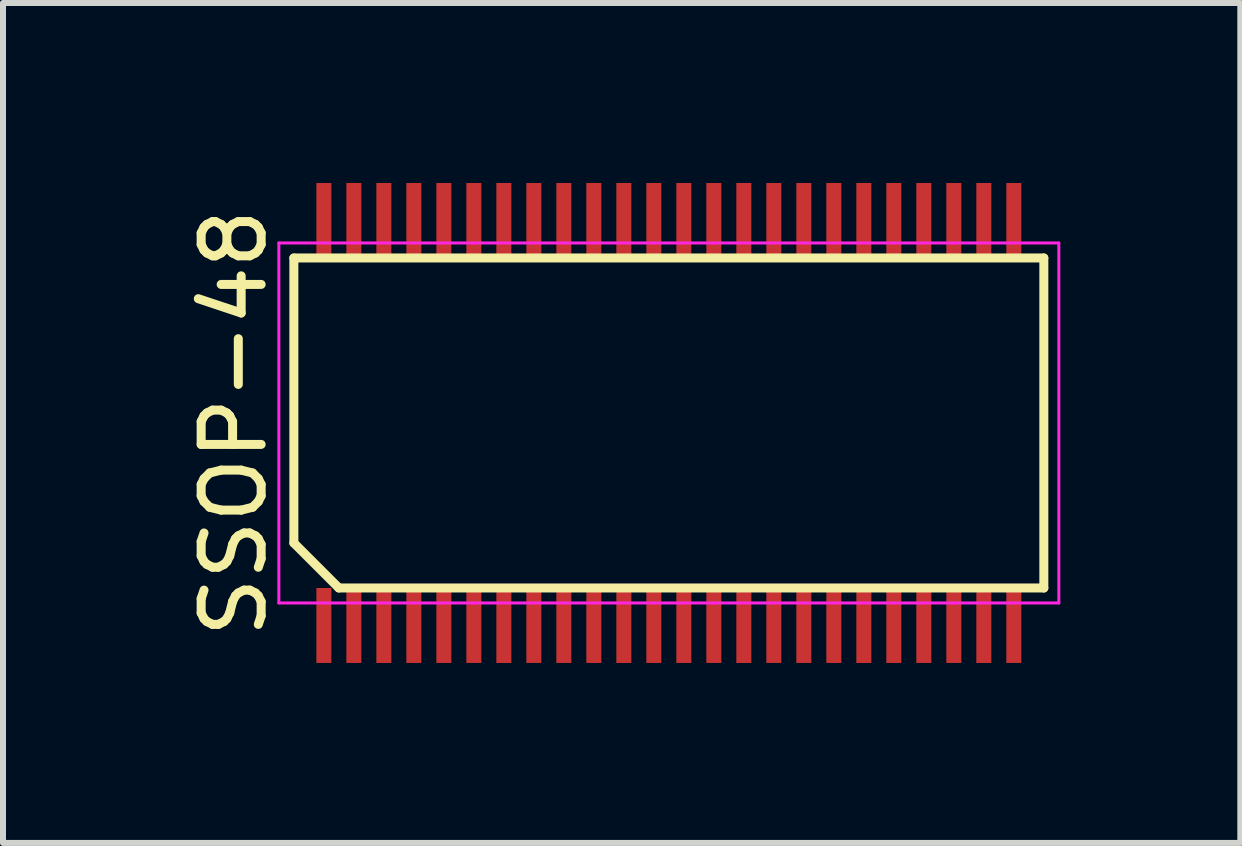
<source format=kicad_pcb>
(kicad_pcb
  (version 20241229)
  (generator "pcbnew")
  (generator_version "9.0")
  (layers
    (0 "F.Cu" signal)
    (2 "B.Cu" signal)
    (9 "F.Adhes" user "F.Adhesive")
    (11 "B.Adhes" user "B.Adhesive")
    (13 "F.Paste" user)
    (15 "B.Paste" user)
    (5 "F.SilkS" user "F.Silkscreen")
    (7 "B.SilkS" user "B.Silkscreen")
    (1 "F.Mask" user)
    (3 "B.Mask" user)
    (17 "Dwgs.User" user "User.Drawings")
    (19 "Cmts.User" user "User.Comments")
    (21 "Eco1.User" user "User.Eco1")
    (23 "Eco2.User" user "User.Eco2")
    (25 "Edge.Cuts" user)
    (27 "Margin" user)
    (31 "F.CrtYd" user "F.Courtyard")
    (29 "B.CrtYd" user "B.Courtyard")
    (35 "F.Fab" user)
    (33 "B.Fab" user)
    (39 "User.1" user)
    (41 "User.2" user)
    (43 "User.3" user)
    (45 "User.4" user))
  (footprint "SSOP-48"
    (layer "F.Cu")
    (at 8.098 4)
    (property "Reference" "SSOP-48" (at -7.25 0 90) (layer "F.SilkS") (effects (font (size 1 1) (thickness 0.15))))
    (attr smd)
    (fp_line (start -6.25 -2.75) (end 6.25 -2.75) (stroke (width 0.15) (type solid)) (layer "F.SilkS"))
    (fp_line (start -6.25 2) (end -6.25 -2.75) (stroke (width 0.15) (type solid)) (layer "F.SilkS"))
    (fp_line (start -5.5 2.75) (end -6.25 2) (stroke (width 0.15) (type solid)) (layer "F.SilkS"))
    (fp_line (start 6.25 -2.75) (end 6.25 2.75) (stroke (width 0.15) (type solid)) (layer "F.SilkS"))
    (fp_line (start 6.25 2.75) (end -5.5 2.75) (stroke (width 0.15) (type solid)) (layer "F.SilkS"))
    (fp_line (start -6.5 -3) (end 6.5 -3) (stroke (width 0.05) (type solid)) (layer "F.CrtYd"))
    (fp_line (start -6.5 3) (end -6.5 -3) (stroke (width 0.05) (type solid)) (layer "F.CrtYd"))
    (fp_line (start 6.5 -3) (end 6.5 3) (stroke (width 0.05) (type solid)) (layer "F.CrtYd"))
    (fp_line (start 6.5 3) (end -6.5 3) (stroke (width 0.05) (type solid)) (layer "F.CrtYd"))
    (pad "1" smd rect (at -5.75 3.375) (size 0.25 1.25) (layers "F.Cu" "F.Mask" "F.Paste"))
    (pad "2" smd rect (at -5.25 3.375) (size 0.25 1.25) (layers "F.Cu" "F.Mask" "F.Paste"))
    (pad "3" smd rect (at -4.75 3.375) (size 0.25 1.25) (layers "F.Cu" "F.Mask" "F.Paste"))
    (pad "4" smd rect (at -4.25 3.375) (size 0.25 1.25) (layers "F.Cu" "F.Mask" "F.Paste"))
    (pad "5" smd rect (at -3.75 3.375) (size 0.25 1.25) (layers "F.Cu" "F.Mask" "F.Paste"))
    (pad "6" smd rect (at -3.25 3.375) (size 0.25 1.25) (layers "F.Cu" "F.Mask" "F.Paste"))
    (pad "7" smd rect (at -2.75 3.375) (size 0.25 1.25) (layers "F.Cu" "F.Mask" "F.Paste"))
    (pad "8" smd rect (at -2.25 3.375) (size 0.25 1.25) (layers "F.Cu" "F.Mask" "F.Paste"))
    (pad "9" smd rect (at -1.75 3.375) (size 0.25 1.25) (layers "F.Cu" "F.Mask" "F.Paste"))
    (pad "10" smd rect (at -1.25 3.375) (size 0.25 1.25) (layers "F.Cu" "F.Mask" "F.Paste"))
    (pad "11" smd rect (at -0.75 3.375) (size 0.25 1.25) (layers "F.Cu" "F.Mask" "F.Paste"))
    (pad "12" smd rect (at -0.25 3.375) (size 0.25 1.25) (layers "F.Cu" "F.Mask" "F.Paste"))
    (pad "13" smd rect (at 0.25 3.375) (size 0.25 1.25) (layers "F.Cu" "F.Mask" "F.Paste"))
    (pad "14" smd rect (at 0.75 3.375) (size 0.25 1.25) (layers "F.Cu" "F.Mask" "F.Paste"))
    (pad "15" smd rect (at 1.25 3.375) (size 0.25 1.25) (layers "F.Cu" "F.Mask" "F.Paste"))
    (pad "16" smd rect (at 1.75 3.375) (size 0.25 1.25) (layers "F.Cu" "F.Mask" "F.Paste"))
    (pad "17" smd rect (at 2.25 3.375) (size 0.25 1.25) (layers "F.Cu" "F.Mask" "F.Paste"))
    (pad "18" smd rect (at 2.75 3.375) (size 0.25 1.25) (layers "F.Cu" "F.Mask" "F.Paste"))
    (pad "19" smd rect (at 3.25 3.375) (size 0.25 1.25) (layers "F.Cu" "F.Mask" "F.Paste"))
    (pad "20" smd rect (at 3.75 3.375) (size 0.25 1.25) (layers "F.Cu" "F.Mask" "F.Paste"))
    (pad "21" smd rect (at 4.25 3.375) (size 0.25 1.25) (layers "F.Cu" "F.Mask" "F.Paste"))
    (pad "22" smd rect (at 4.75 3.375) (size 0.25 1.25) (layers "F.Cu" "F.Mask" "F.Paste"))
    (pad "23" smd rect (at 5.25 3.375) (size 0.25 1.25) (layers "F.Cu" "F.Mask" "F.Paste"))
    (pad "24" smd rect (at 5.75 3.375) (size 0.25 1.25) (layers "F.Cu" "F.Mask" "F.Paste"))
    (pad "25" smd rect (at 5.75 -3.375) (size 0.25 1.25) (layers "F.Cu" "F.Mask" "F.Paste"))
    (pad "26" smd rect (at 5.25 -3.375) (size 0.25 1.25) (layers "F.Cu" "F.Mask" "F.Paste"))
    (pad "27" smd rect (at 4.75 -3.375) (size 0.25 1.25) (layers "F.Cu" "F.Mask" "F.Paste"))
    (pad "28" smd rect (at 4.25 -3.375) (size 0.25 1.25) (layers "F.Cu" "F.Mask" "F.Paste"))
    (pad "29" smd rect (at 3.75 -3.375) (size 0.25 1.25) (layers "F.Cu" "F.Mask" "F.Paste"))
    (pad "30" smd rect (at 3.25 -3.375) (size 0.25 1.25) (layers "F.Cu" "F.Mask" "F.Paste"))
    (pad "31" smd rect (at 2.75 -3.375) (size 0.25 1.25) (layers "F.Cu" "F.Mask" "F.Paste"))
    (pad "32" smd rect (at 2.25 -3.375) (size 0.25 1.25) (layers "F.Cu" "F.Mask" "F.Paste"))
    (pad "33" smd rect (at 1.75 -3.375) (size 0.25 1.25) (layers "F.Cu" "F.Mask" "F.Paste"))
    (pad "34" smd rect (at 1.25 -3.375) (size 0.25 1.25) (layers "F.Cu" "F.Mask" "F.Paste"))
    (pad "35" smd rect (at 0.75 -3.375) (size 0.25 1.25) (layers "F.Cu" "F.Mask" "F.Paste"))
    (pad "36" smd rect (at 0.25 -3.375) (size 0.25 1.25) (layers "F.Cu" "F.Mask" "F.Paste"))
    (pad "37" smd rect (at -0.25 -3.375) (size 0.25 1.25) (layers "F.Cu" "F.Mask" "F.Paste"))
    (pad "38" smd rect (at -0.75 -3.375) (size 0.25 1.25) (layers "F.Cu" "F.Mask" "F.Paste"))
    (pad "39" smd rect (at -1.25 -3.375) (size 0.25 1.25) (layers "F.Cu" "F.Mask" "F.Paste"))
    (pad "40" smd rect (at -1.75 -3.375) (size 0.25 1.25) (layers "F.Cu" "F.Mask" "F.Paste"))
    (pad "41" smd rect (at -2.25 -3.375) (size 0.25 1.25) (layers "F.Cu" "F.Mask" "F.Paste"))
    (pad "42" smd rect (at -2.75 -3.375) (size 0.25 1.25) (layers "F.Cu" "F.Mask" "F.Paste"))
    (pad "43" smd rect (at -3.25 -3.375) (size 0.25 1.25) (layers "F.Cu" "F.Mask" "F.Paste"))
    (pad "44" smd rect (at -3.75 -3.375) (size 0.25 1.25) (layers "F.Cu" "F.Mask" "F.Paste"))
    (pad "45" smd rect (at -4.25 -3.375) (size 0.25 1.25) (layers "F.Cu" "F.Mask" "F.Paste"))
    (pad "46" smd rect (at -4.75 -3.375) (size 0.25 1.25) (layers "F.Cu" "F.Mask" "F.Paste"))
    (pad "47" smd rect (at -5.25 -3.375) (size 0.25 1.25) (layers "F.Cu" "F.Mask" "F.Paste"))
    (pad "48" smd rect (at -5.75 -3.375) (size 0.25 1.25) (layers "F.Cu" "F.Mask" "F.Paste")))
  (gr_rect
    (start -3 -3)
    (end 17.623 11)
    (stroke (width 0.1) (type default))
    (fill no)
    (layer "Edge.Cuts")))
</source>
